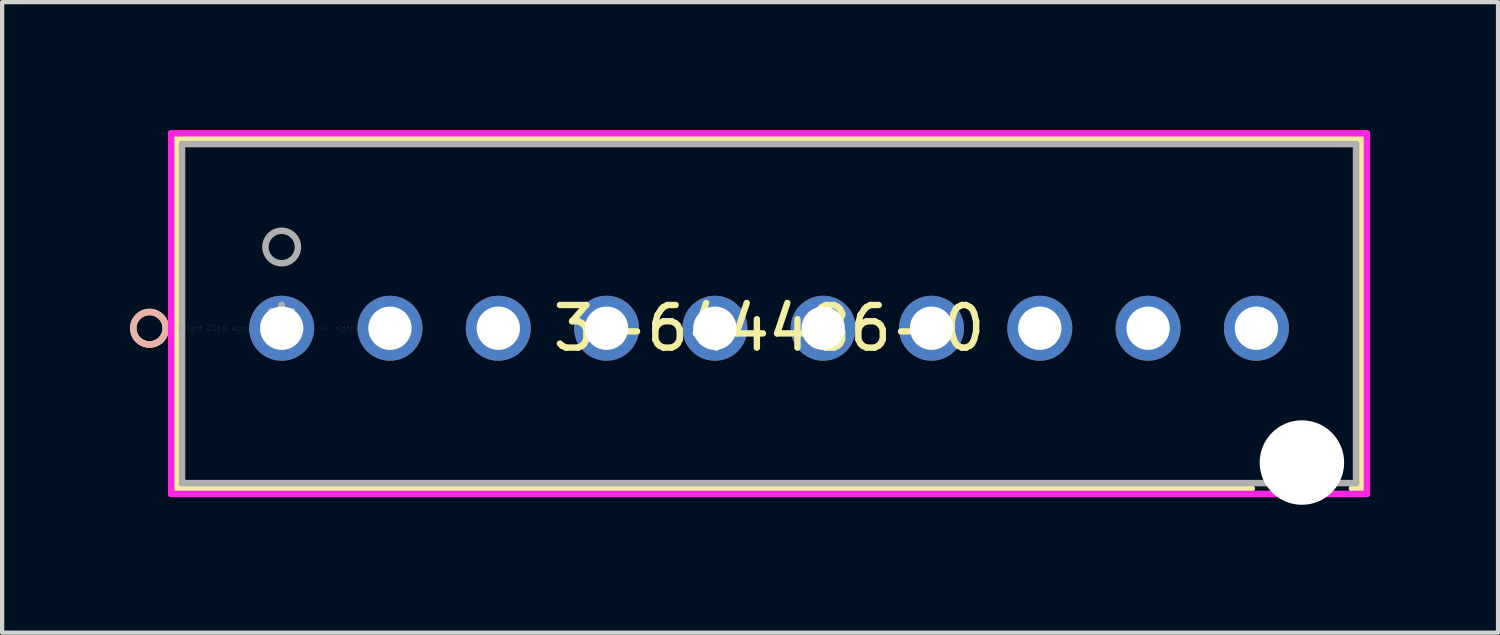
<source format=kicad_pcb>
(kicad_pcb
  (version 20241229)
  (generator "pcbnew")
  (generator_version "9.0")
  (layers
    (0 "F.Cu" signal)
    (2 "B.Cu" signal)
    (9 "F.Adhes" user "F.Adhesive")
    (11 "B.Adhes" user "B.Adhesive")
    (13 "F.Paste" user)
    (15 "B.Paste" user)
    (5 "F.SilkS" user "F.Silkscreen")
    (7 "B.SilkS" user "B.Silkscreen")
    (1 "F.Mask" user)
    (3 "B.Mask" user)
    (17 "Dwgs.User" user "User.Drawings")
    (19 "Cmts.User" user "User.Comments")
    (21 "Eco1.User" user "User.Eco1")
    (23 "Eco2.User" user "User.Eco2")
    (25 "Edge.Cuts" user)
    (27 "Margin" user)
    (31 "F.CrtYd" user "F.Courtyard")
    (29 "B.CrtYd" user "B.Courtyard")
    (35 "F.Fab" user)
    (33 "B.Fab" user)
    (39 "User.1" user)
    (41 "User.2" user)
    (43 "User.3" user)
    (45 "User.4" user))
  (footprint "3-644486-0"
    (layer "F.Cu")
    (at 3.556 4.648)
    (property "Reference" "3-644486-0" (at 11.43 0 0) (layer "F.SilkS") (effects (font (size 1 1) (thickness 0.15))))
    (attr through_hole)
    (fp_line (start -2.464 -4.445) (end -2.464 3.759) (stroke (width 0.152) (type solid)) (layer "F.SilkS"))
    (fp_line (start -2.464 3.759) (end 22.752 3.759) (stroke (width 0.152) (type solid)) (layer "F.SilkS"))
    (fp_line (start 25.101 3.759) (end 25.324 3.759) (stroke (width 0.152) (type solid)) (layer "F.SilkS"))
    (fp_line (start 25.324 -4.445) (end -2.464 -4.445) (stroke (width 0.152) (type solid)) (layer "F.SilkS"))
    (fp_line (start 25.324 3.759) (end 25.324 -4.445) (stroke (width 0.152) (type solid)) (layer "F.SilkS"))
    (fp_circle (center -3.099 0) (end -2.718 0) (stroke (width 0.152) (type solid)) (fill no) (layer "F.SilkS"))
    (fp_circle (center -3.099 0) (end -2.718 0) (stroke (width 0.152) (type solid)) (fill no) (layer "B.SilkS"))
    (fp_line (start -2.591 -4.572) (end -2.591 3.886) (stroke (width 0.152) (type solid)) (layer "F.CrtYd"))
    (fp_line (start -2.591 3.886) (end 25.451 3.886) (stroke (width 0.152) (type solid)) (layer "F.CrtYd"))
    (fp_line (start 25.451 -4.572) (end -2.591 -4.572) (stroke (width 0.152) (type solid)) (layer "F.CrtYd"))
    (fp_line (start 25.451 3.886) (end 25.451 -4.572) (stroke (width 0.152) (type solid)) (layer "F.CrtYd"))
    (fp_line (start -2.337 -4.318) (end -2.337 3.632) (stroke (width 0.152) (type solid)) (layer "F.Fab"))
    (fp_line (start -2.337 3.632) (end 25.197 3.632) (stroke (width 0.152) (type solid)) (layer "F.Fab"))
    (fp_line (start 25.197 -4.318) (end -2.337 -4.318) (stroke (width 0.152) (type solid)) (layer "F.Fab"))
    (fp_line (start 25.197 3.632) (end 25.197 -4.318) (stroke (width 0.152) (type solid)) (layer "F.Fab"))
    (fp_circle (center 0 -1.905) (end 0.381 -1.905) (stroke (width 0.152) (type solid)) (fill no) (layer "F.Fab"))
    (fp_text user "*" (at 0 0 0) (layer "F.SilkS") (effects (font (size 1 1) (thickness 0.15))))
    (fp_text user "Copyright 2016 Accelerated Designs. All rights reserved." (at 0 0 0) (layer "Cmts.User") (effects (font (size 0.127 0.127) (thickness 0.002))))
    (fp_text user "*" (at 0 0 0) (layer "F.Fab") (effects (font (size 1 1) (thickness 0.15))))
    (pad "" np_thru_hole circle (at 23.927 3.15) (size 1.981 1.981) (drill 1.981) (layers "*.Cu" "*.Mask"))
    (pad "1" thru_hole circle (at 0 0) (size 1.524 1.524) (drill 1.016) (layers "*.Cu" "*.Mask"))
    (pad "2" thru_hole circle (at 2.54 0) (size 1.524 1.524) (drill 1.016) (layers "*.Cu" "*.Mask"))
    (pad "3" thru_hole circle (at 5.08 0) (size 1.524 1.524) (drill 1.016) (layers "*.Cu" "*.Mask"))
    (pad "4" thru_hole circle (at 7.62 0) (size 1.524 1.524) (drill 1.016) (layers "*.Cu" "*.Mask"))
    (pad "5" thru_hole circle (at 10.16 0) (size 1.524 1.524) (drill 1.016) (layers "*.Cu" "*.Mask"))
    (pad "6" thru_hole circle (at 12.7 0) (size 1.524 1.524) (drill 1.016) (layers "*.Cu" "*.Mask"))
    (pad "7" thru_hole circle (at 15.24 0) (size 1.524 1.524) (drill 1.016) (layers "*.Cu" "*.Mask"))
    (pad "8" thru_hole circle (at 17.78 0) (size 1.524 1.524) (drill 1.016) (layers "*.Cu" "*.Mask"))
    (pad "9" thru_hole circle (at 20.32 0) (size 1.524 1.524) (drill 1.016) (layers "*.Cu" "*.Mask"))
    (pad "10" thru_hole circle (at 22.86 0) (size 1.524 1.524) (drill 1.016) (layers "*.Cu" "*.Mask")))
  (gr_rect
    (start -3 -3)
    (end 32.083 11.788)
    (stroke (width 0.1) (type default))
    (fill no)
    (layer "Edge.Cuts")))
</source>
